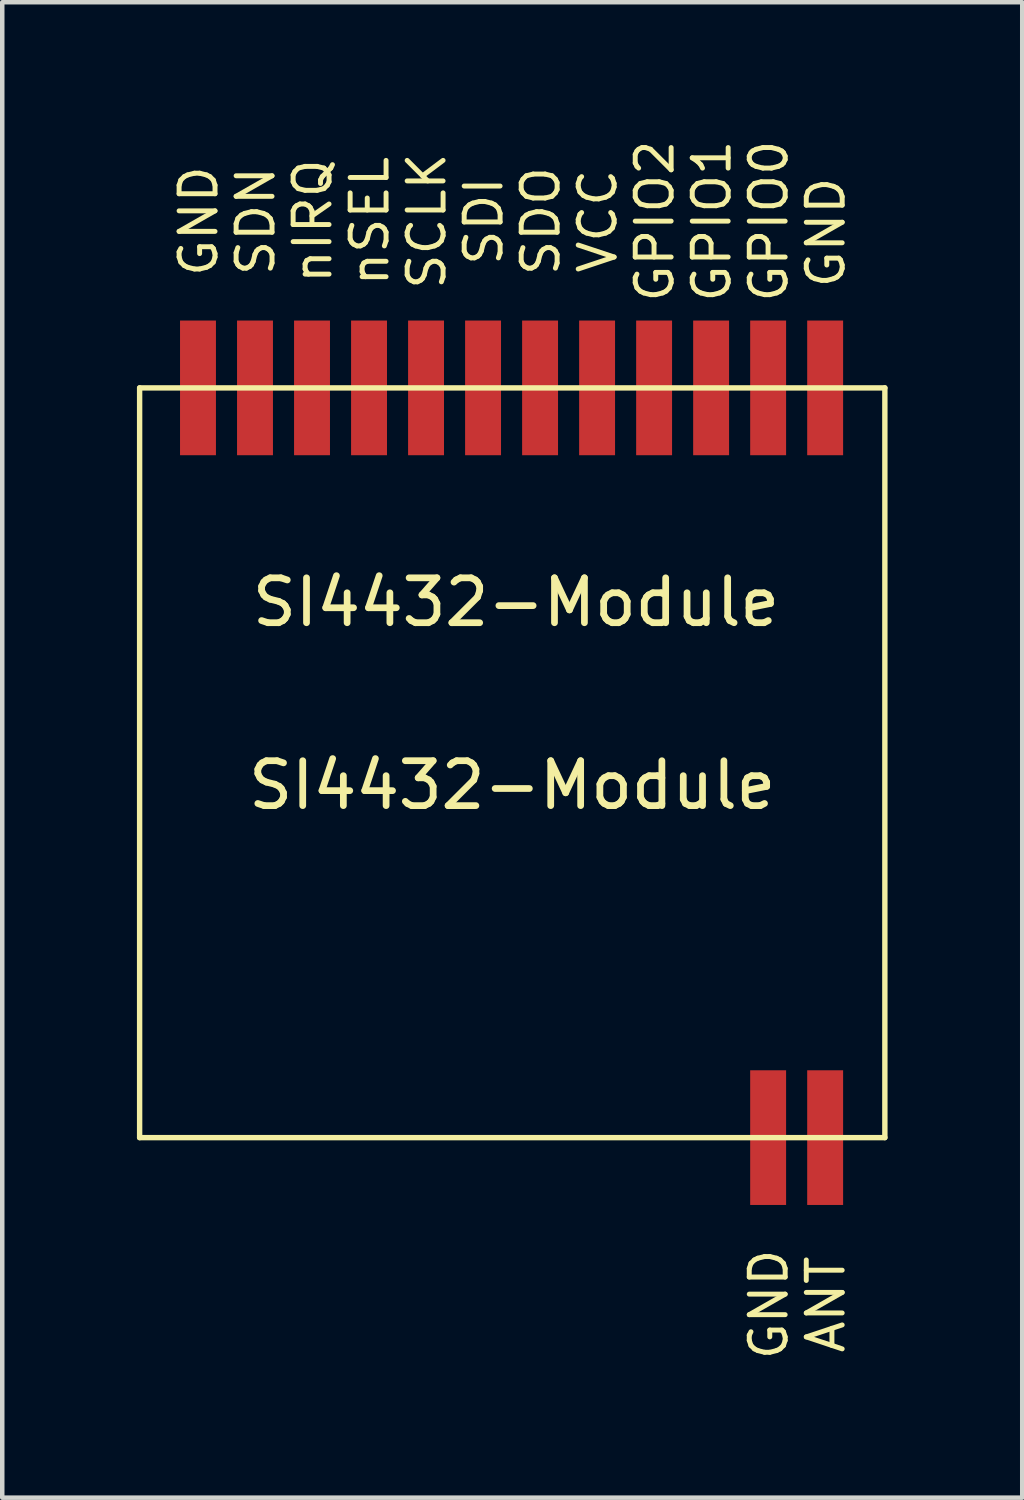
<source format=kicad_pcb>
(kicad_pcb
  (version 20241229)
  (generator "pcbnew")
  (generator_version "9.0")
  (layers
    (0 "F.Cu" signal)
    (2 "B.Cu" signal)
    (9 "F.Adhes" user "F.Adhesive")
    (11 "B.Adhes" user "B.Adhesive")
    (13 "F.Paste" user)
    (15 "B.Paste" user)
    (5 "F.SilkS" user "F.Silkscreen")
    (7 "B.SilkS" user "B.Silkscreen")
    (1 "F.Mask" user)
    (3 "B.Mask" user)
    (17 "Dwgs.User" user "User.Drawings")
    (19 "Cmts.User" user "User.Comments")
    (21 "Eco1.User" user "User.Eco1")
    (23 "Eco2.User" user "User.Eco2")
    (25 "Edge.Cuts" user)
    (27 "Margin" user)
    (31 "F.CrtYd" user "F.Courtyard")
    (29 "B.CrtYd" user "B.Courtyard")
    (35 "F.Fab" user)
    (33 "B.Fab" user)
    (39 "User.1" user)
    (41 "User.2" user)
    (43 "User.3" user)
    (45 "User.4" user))
  (footprint "SI4432-Module"
    (layer "F.Cu")
    (at 8.36 13.94)
    (property "Reference" "SI4432-Module" (at 0 0.5 0) (layer "F.SilkS") (effects (font (size 1 1) (thickness 0.15))))
    (attr through_hole)
    (fp_line (start -8.3 -8.35) (end -8.3 8.35) (stroke (width 0.12) (type solid)) (layer "F.SilkS"))
    (fp_line (start -8.3 -8.35) (end 8.3 -8.35) (stroke (width 0.12) (type solid)) (layer "F.SilkS"))
    (fp_line (start -8.3 8.35) (end 8.3 8.35) (stroke (width 0.12) (type solid)) (layer "F.SilkS"))
    (fp_line (start 8.3 -8.35) (end 8.3 8.35) (stroke (width 0.12) (type solid)) (layer "F.SilkS"))
    (fp_text user "nIRQ" (at -4.445 -12.065 90) (layer "F.SilkS") (effects (font (size 0.8 0.8) (thickness 0.11))))
    (fp_text user "GND" (at 5.715 12.065 90) (layer "F.SilkS") (effects (font (size 0.8 0.8) (thickness 0.11))))
    (fp_text user "GPIO2" (at 3.175 -12.065 90) (layer "F.SilkS") (effects (font (size 0.8 0.8) (thickness 0.11))))
    (fp_text user "SDI" (at -0.635 -12.065 90) (layer "F.SilkS") (effects (font (size 0.8 0.8) (thickness 0.11))))
    (fp_text user "GPIO0" (at 5.715 -12.065 90) (layer "F.SilkS") (effects (font (size 0.8 0.8) (thickness 0.11))))
    (fp_text user "GND" (at 6.985 -11.811 90) (layer "F.SilkS") (effects (font (size 0.8 0.8) (thickness 0.11))))
    (fp_text user "SI4432-Module" (at 0.084 -3.574 0) (layer "F.SilkS") (effects (font (size 1 1) (thickness 0.15))))
    (fp_text user "SCLK" (at -1.905 -12.065 90) (layer "F.SilkS") (effects (font (size 0.8 0.8) (thickness 0.11))))
    (fp_text user "SDN" (at -5.715 -12.065 90) (layer "F.SilkS") (effects (font (size 0.8 0.8) (thickness 0.11))))
    (fp_text user "VCC" (at 1.905 -12.065 90) (layer "F.SilkS") (effects (font (size 0.8 0.8) (thickness 0.11))))
    (fp_text user "GND" (at -6.985 -12.065 90) (layer "F.SilkS") (effects (font (size 0.8 0.8) (thickness 0.11))))
    (fp_text user "nSEL" (at -3.175 -12.065 90) (layer "F.SilkS") (effects (font (size 0.8 0.8) (thickness 0.11))))
    (fp_text user "ANT" (at 6.985 12.065 90) (layer "F.SilkS") (effects (font (size 0.8 0.8) (thickness 0.11))))
    (fp_text user "SDO" (at 0.635 -12.065 90) (layer "F.SilkS") (effects (font (size 0.8 0.8) (thickness 0.11))))
    (fp_text user "GPIO1" (at 4.445 -12.065 90) (layer "F.SilkS") (effects (font (size 0.8 0.8) (thickness 0.11))))
    (pad "1" smd rect (at 6.97 -8.35) (size 0.8 3) (layers "F.Cu" "F.Mask" "F.Paste"))
    (pad "2" smd rect (at 5.7 -8.35) (size 0.8 3) (layers "F.Cu" "F.Mask" "F.Paste"))
    (pad "3" smd rect (at 4.43 -8.35) (size 0.8 3) (layers "F.Cu" "F.Mask" "F.Paste"))
    (pad "4" smd rect (at 3.16 -8.35) (size 0.8 3) (layers "F.Cu" "F.Mask" "F.Paste"))
    (pad "5" smd rect (at 1.89 -8.35) (size 0.8 3) (layers "F.Cu" "F.Mask" "F.Paste"))
    (pad "6" smd rect (at 0.62 -8.35) (size 0.8 3) (layers "F.Cu" "F.Mask" "F.Paste"))
    (pad "7" smd rect (at -0.65 -8.35) (size 0.8 3) (layers "F.Cu" "F.Mask" "F.Paste"))
    (pad "8" smd rect (at -1.92 -8.35) (size 0.8 3) (layers "F.Cu" "F.Mask" "F.Paste"))
    (pad "9" smd rect (at -3.19 -8.35) (size 0.8 3) (layers "F.Cu" "F.Mask" "F.Paste"))
    (pad "10" smd rect (at -4.46 -8.35) (size 0.8 3) (layers "F.Cu" "F.Mask" "F.Paste"))
    (pad "11" smd rect (at -5.73 -8.35) (size 0.8 3) (layers "F.Cu" "F.Mask" "F.Paste"))
    (pad "12" smd rect (at -7 -8.35) (size 0.8 3) (layers "F.Cu" "F.Mask" "F.Paste"))
    (pad "13" smd rect (at 6.97 8.35) (size 0.8 3) (layers "F.Cu" "F.Mask" "F.Paste"))
    (pad "14" smd rect (at 5.7 8.35) (size 0.8 3) (layers "F.Cu" "F.Mask" "F.Paste")))
  (gr_rect
    (start -3 -3)
    (end 19.72 30.31)
    (stroke (width 0.1) (type default))
    (fill no)
    (layer "Edge.Cuts")))
</source>
